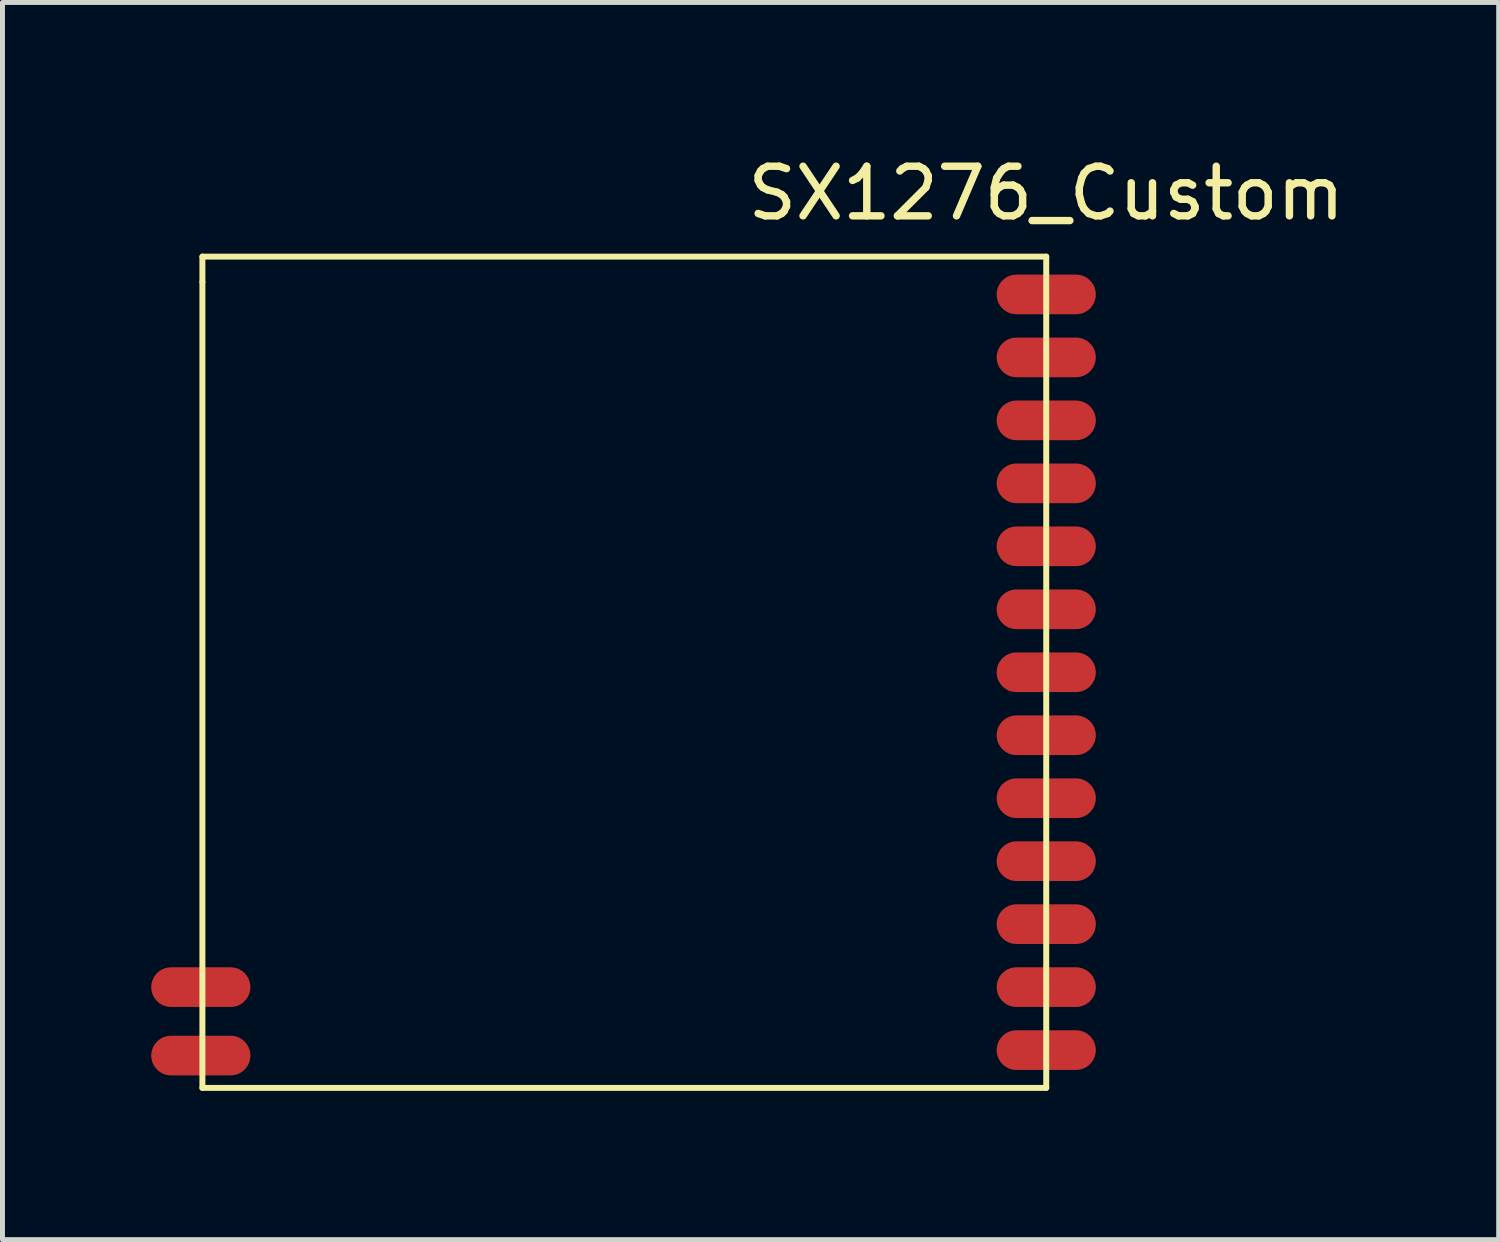
<source format=kicad_pcb>
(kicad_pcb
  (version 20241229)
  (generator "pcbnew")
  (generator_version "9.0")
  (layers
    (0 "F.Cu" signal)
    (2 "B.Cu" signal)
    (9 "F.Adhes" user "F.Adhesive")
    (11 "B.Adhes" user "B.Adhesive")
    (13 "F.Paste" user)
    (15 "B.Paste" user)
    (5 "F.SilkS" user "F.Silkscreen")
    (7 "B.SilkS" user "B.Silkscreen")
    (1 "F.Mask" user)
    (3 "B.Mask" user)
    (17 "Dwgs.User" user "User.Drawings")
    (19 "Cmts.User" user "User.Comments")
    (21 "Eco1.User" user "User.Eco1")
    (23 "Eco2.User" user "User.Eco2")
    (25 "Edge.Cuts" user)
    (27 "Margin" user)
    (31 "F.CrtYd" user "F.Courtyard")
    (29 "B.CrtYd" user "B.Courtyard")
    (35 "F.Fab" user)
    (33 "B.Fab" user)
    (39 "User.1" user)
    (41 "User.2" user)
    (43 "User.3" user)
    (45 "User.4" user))
  (footprint "SX1276_Custom"
    (layer "F.Cu")
    (at 18.05 0.348)
    (property "Reference" "SX1276_Custom" (at 0 0.5 0) (layer "F.SilkS") (effects (font (size 1 1) (thickness 0.15))))
    (attr through_hole)
    (fp_line (start -17.018 1.778) (end 0 1.778) (stroke (width 0.12) (type solid)) (layer "F.SilkS"))
    (fp_line (start -17.018 2.286) (end -17.018 1.778) (stroke (width 0.12) (type solid)) (layer "F.SilkS"))
    (fp_line (start -17.018 18.542) (end -17.018 2.286) (stroke (width 0.12) (type solid)) (layer "F.SilkS"))
    (fp_line (start 0 1.778) (end 0 18.542) (stroke (width 0.12) (type solid)) (layer "F.SilkS"))
    (fp_line (start 0 18.542) (end -17.018 18.542) (stroke (width 0.12) (type solid)) (layer "F.SilkS"))
    (pad "1" smd oval (at 0 2.54) (size 2 0.8) (layers "F.Cu" "F.Mask" "F.Paste"))
    (pad "2" smd oval (at 0 3.81) (size 2 0.8) (layers "F.Cu" "F.Mask" "F.Paste"))
    (pad "3" smd oval (at 0 5.08) (size 2 0.8) (layers "F.Cu" "F.Mask" "F.Paste"))
    (pad "4" smd oval (at 0 6.35) (size 2 0.8) (layers "F.Cu" "F.Mask" "F.Paste"))
    (pad "5" smd oval (at 0 7.62) (size 2 0.8) (layers "F.Cu" "F.Mask" "F.Paste"))
    (pad "6" smd oval (at 0 8.89) (size 2 0.8) (layers "F.Cu" "F.Mask" "F.Paste"))
    (pad "7" smd oval (at 0 10.16) (size 2 0.8) (layers "F.Cu" "F.Mask" "F.Paste"))
    (pad "8" smd oval (at 0 11.43) (size 2 0.8) (layers "F.Cu" "F.Mask" "F.Paste"))
    (pad "9" smd oval (at 0 12.7) (size 2 0.8) (layers "F.Cu" "F.Mask" "F.Paste"))
    (pad "10" smd oval (at 0 13.97) (size 2 0.8) (layers "F.Cu" "F.Mask" "F.Paste"))
    (pad "11" smd oval (at 0 15.24) (size 2 0.8) (layers "F.Cu" "F.Mask" "F.Paste"))
    (pad "12" smd oval (at 0 16.51) (size 2 0.8) (layers "F.Cu" "F.Mask" "F.Paste"))
    (pad "13" smd oval (at 0 17.78) (size 2 0.8) (layers "F.Cu" "F.Mask" "F.Paste"))
    (pad "14" smd oval (at -17.05 17.89) (size 2 0.8) (layers "F.Cu" "F.Mask" "F.Paste"))
    (pad "15" smd oval (at -17.05 16.51) (size 2 0.8) (layers "F.Cu" "F.Mask" "F.Paste")))
  (gr_rect
    (start -3 -3)
    (end 27.175 21.95)
    (stroke (width 0.1) (type default))
    (fill no)
    (layer "Edge.Cuts")))
</source>
